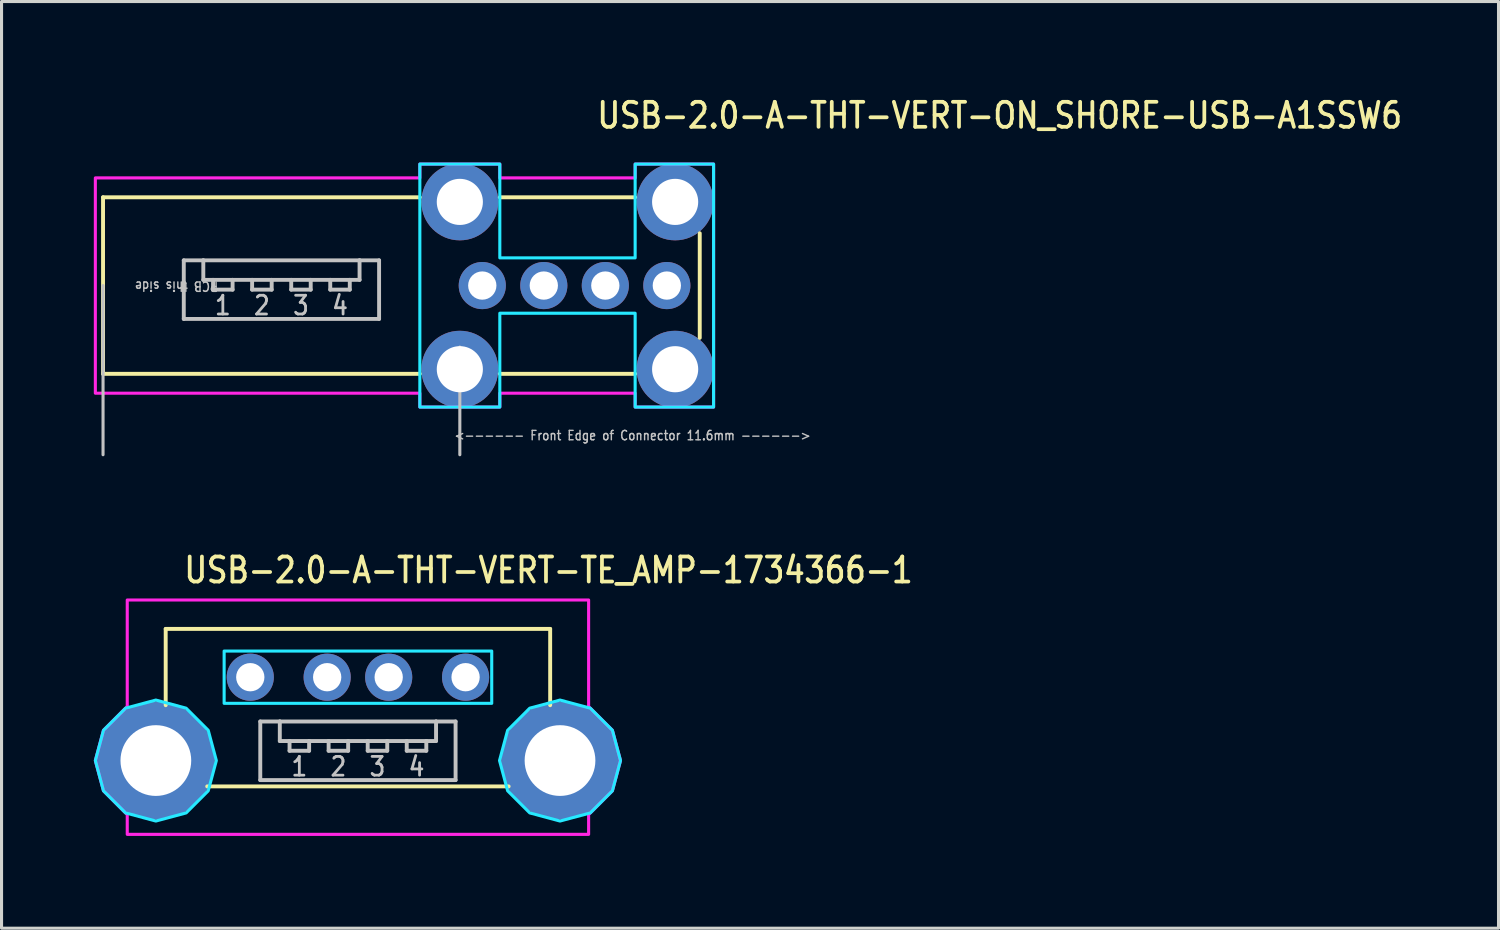
<source format=kicad_pcb>
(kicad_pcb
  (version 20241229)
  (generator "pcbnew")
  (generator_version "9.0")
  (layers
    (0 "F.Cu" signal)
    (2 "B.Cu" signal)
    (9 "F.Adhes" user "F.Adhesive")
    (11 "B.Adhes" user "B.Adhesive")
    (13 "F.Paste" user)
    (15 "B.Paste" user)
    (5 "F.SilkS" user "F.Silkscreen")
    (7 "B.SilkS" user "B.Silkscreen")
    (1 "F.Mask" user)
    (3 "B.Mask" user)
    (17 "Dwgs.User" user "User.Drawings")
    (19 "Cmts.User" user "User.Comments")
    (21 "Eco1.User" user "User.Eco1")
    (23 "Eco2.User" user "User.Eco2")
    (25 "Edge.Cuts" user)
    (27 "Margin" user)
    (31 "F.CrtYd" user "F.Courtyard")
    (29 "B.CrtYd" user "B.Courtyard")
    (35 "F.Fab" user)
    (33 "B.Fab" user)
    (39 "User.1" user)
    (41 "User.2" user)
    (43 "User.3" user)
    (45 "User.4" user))
  (footprint "USB-2.0-A-THT-VERT-ON_SHORE-USB-A1SSW6"
    (layer "F.Cu")
    (at 11.9 6.234)
    (property "Reference" "USB-2.0-A-THT-VERT-ON_SHORE-USB-A1SSW6" (at 4.4 -5.055 0) (unlocked yes) (layer "F.SilkS") (effects (font (size 0.813 0.695) (thickness 0.122)) (justify left bottom)))
    (fp_line (start -11.6 2.87) (end -11.6 -2.87) (stroke (width 0.127) (type solid)) (layer "F.SilkS"))
    (fp_line (start -1.3 -2.87) (end -11.6 -2.87) (stroke (width 0.127) (type solid)) (layer "F.SilkS"))
    (fp_line (start -1.3 2.87) (end -11.6 2.87) (stroke (width 0.127) (type solid)) (layer "F.SilkS"))
    (fp_line (start 5.7 -2.87) (end 1.3 -2.87) (stroke (width 0.127) (type solid)) (layer "F.SilkS"))
    (fp_line (start 5.7 2.87) (end 1.3 2.87) (stroke (width 0.127) (type solid)) (layer "F.SilkS"))
    (fp_line (start 7.8 -1.7) (end 7.8 1.7) (stroke (width 0.127) (type solid)) (layer "F.SilkS"))
    (fp_line (start -11.6 5.5) (end -11.6 0) (stroke (width 0.1) (type solid)) (layer "Dwgs.User"))
    (fp_line (start -8.975 -0.82) (end -8.34 -0.82) (stroke (width 0.127) (type solid)) (layer "Dwgs.User"))
    (fp_line (start -8.975 1.085) (end -8.975 -0.82) (stroke (width 0.127) (type solid)) (layer "Dwgs.User"))
    (fp_line (start -8.34 -0.82) (end -8.34 -0.185) (stroke (width 0.127) (type solid)) (layer "Dwgs.User"))
    (fp_line (start -8.34 -0.82) (end -3.26 -0.82) (stroke (width 0.127) (type solid)) (layer "Dwgs.User"))
    (fp_line (start -8.34 -0.185) (end -8.023 -0.185) (stroke (width 0.127) (type solid)) (layer "Dwgs.User"))
    (fp_line (start -8.023 -0.185) (end -8.023 0.133) (stroke (width 0.127) (type solid)) (layer "Dwgs.User"))
    (fp_line (start -8.023 -0.185) (end -7.388 -0.185) (stroke (width 0.127) (type solid)) (layer "Dwgs.User"))
    (fp_line (start -8.023 0.133) (end -7.388 0.133) (stroke (width 0.127) (type solid)) (layer "Dwgs.User"))
    (fp_line (start -7.388 -0.185) (end -6.753 -0.185) (stroke (width 0.127) (type solid)) (layer "Dwgs.User"))
    (fp_line (start -7.388 0.133) (end -7.388 -0.185) (stroke (width 0.127) (type solid)) (layer "Dwgs.User"))
    (fp_line (start -6.753 -0.185) (end -6.753 0.133) (stroke (width 0.127) (type solid)) (layer "Dwgs.User"))
    (fp_line (start -6.753 -0.185) (end -6.117 -0.185) (stroke (width 0.127) (type solid)) (layer "Dwgs.User"))
    (fp_line (start -6.753 0.133) (end -6.117 0.133) (stroke (width 0.127) (type solid)) (layer "Dwgs.User"))
    (fp_line (start -6.117 -0.185) (end -5.482 -0.185) (stroke (width 0.127) (type solid)) (layer "Dwgs.User"))
    (fp_line (start -6.117 0.133) (end -6.117 -0.185) (stroke (width 0.127) (type solid)) (layer "Dwgs.User"))
    (fp_line (start -5.482 -0.185) (end -5.482 0.133) (stroke (width 0.127) (type solid)) (layer "Dwgs.User"))
    (fp_line (start -5.482 -0.185) (end -4.848 -0.185) (stroke (width 0.127) (type solid)) (layer "Dwgs.User"))
    (fp_line (start -5.482 0.133) (end -4.848 0.133) (stroke (width 0.127) (type solid)) (layer "Dwgs.User"))
    (fp_line (start -4.848 -0.185) (end -4.213 -0.185) (stroke (width 0.127) (type solid)) (layer "Dwgs.User"))
    (fp_line (start -4.848 0.133) (end -4.848 -0.185) (stroke (width 0.127) (type solid)) (layer "Dwgs.User"))
    (fp_line (start -4.213 -0.185) (end -4.213 0.133) (stroke (width 0.127) (type solid)) (layer "Dwgs.User"))
    (fp_line (start -4.213 -0.185) (end -3.578 -0.185) (stroke (width 0.127) (type solid)) (layer "Dwgs.User"))
    (fp_line (start -4.213 0.133) (end -3.578 0.133) (stroke (width 0.127) (type solid)) (layer "Dwgs.User"))
    (fp_line (start -3.578 -0.185) (end -3.26 -0.185) (stroke (width 0.127) (type solid)) (layer "Dwgs.User"))
    (fp_line (start -3.578 0.133) (end -3.578 -0.185) (stroke (width 0.127) (type solid)) (layer "Dwgs.User"))
    (fp_line (start -3.26 -0.82) (end -2.625 -0.82) (stroke (width 0.127) (type solid)) (layer "Dwgs.User"))
    (fp_line (start -3.26 -0.185) (end -3.26 -0.82) (stroke (width 0.127) (type solid)) (layer "Dwgs.User"))
    (fp_line (start -2.625 -0.82) (end -2.625 1.085) (stroke (width 0.127) (type solid)) (layer "Dwgs.User"))
    (fp_line (start -2.625 1.085) (end -8.975 1.085) (stroke (width 0.127) (type solid)) (layer "Dwgs.User"))
    (fp_line (start 0 5.5) (end 0 2) (stroke (width 0.1) (type solid)) (layer "Dwgs.User"))
    (fp_poly (pts (xy -1.3 -3.95) (xy 1.3 -3.95) (xy 1.3 -0.9) (xy 5.7 -0.9) (xy 5.7 -3.95) (xy 8.25 -3.95) (xy 8.25 3.95) (xy 5.7 3.95) (xy 5.7 0.9) (xy 1.3 0.9) (xy 1.3 3.95) (xy -1.3 3.95)) (stroke (width 0.1) (type solid)) (fill no) (layer "B.CrtYd"))
    (fp_poly (pts (xy -11.85 3.5) (xy -11.85 -3.5) (xy -1.3 -3.5) (xy -1.3 -3.95) (xy 1.3 -3.95) (xy 1.3 -3.5) (xy 5.7 -3.5) (xy 5.7 -3.95) (xy 8.25 -3.95) (xy 8.25 3.95) (xy 5.7 3.95) (xy 5.7 3.5) (xy 1.3 3.5) (xy 1.3 3.95) (xy -1.3 3.95) (xy -1.3 3.5)) (stroke (width 0.1) (type solid)) (fill no) (layer "F.CrtYd"))
    (fp_text user "PCB this side" (at -9.212 0.2 180) (unlocked yes) (layer "Dwgs.User") (effects (font (size 0.305 0.261) (thickness 0.046)) (justify top)))
    (fp_text user "<------ Front Edge of Connector 11.6mm ------>" (at -0.2 4.875 0) (unlocked yes) (layer "Dwgs.User") (effects (font (size 0.305 0.261) (thickness 0.046)) (justify left)))
    (fp_text user "2" (at -6.435 0.291 0) (unlocked yes) (layer "Dwgs.User") (effects (font (size 0.61 0.521) (thickness 0.091)) (justify top)))
    (fp_text user "1" (at -7.705 0.291 0) (unlocked yes) (layer "Dwgs.User") (effects (font (size 0.61 0.521) (thickness 0.091)) (justify top)))
    (fp_text user "3" (at -5.165 0.291 0) (unlocked yes) (layer "Dwgs.User") (effects (font (size 0.61 0.521) (thickness 0.091)) (justify top)))
    (fp_text user "4" (at -3.895 0.291 0) (unlocked yes) (layer "Dwgs.User") (effects (font (size 0.61 0.521) (thickness 0.091)) (justify top)))
    (pad "1" thru_hole oval (at 0.73 0 90) (size 1.533 1.533) (drill 0.92) (layers "*.Cu" "*.Mask"))
    (pad "2" thru_hole oval (at 2.73 0 90) (size 1.533 1.533) (drill 0.92) (layers "*.Cu" "*.Mask"))
    (pad "3" thru_hole oval (at 4.73 0 90) (size 1.533 1.533) (drill 0.92) (layers "*.Cu" "*.Mask"))
    (pad "4" thru_hole oval (at 6.73 0 90) (size 1.533 1.533) (drill 0.92) (layers "*.Cu" "*.Mask"))
    (pad "S_1" thru_hole oval (at 0 -2.72 90) (size 2.5 2.5) (drill 1.5) (layers "*.Cu" "*.Mask"))
    (pad "S_2" thru_hole oval (at 0 2.72 90) (size 2.5 2.5) (drill 1.5) (layers "*.Cu" "*.Mask"))
    (pad "S_3" thru_hole oval (at 7 2.72 90) (size 2.5 2.5) (drill 1.5) (layers "*.Cu" "*.Mask"))
    (pad "S_4" thru_hole oval (at 7 -2.72 90) (size 2.5 2.5) (drill 1.5) (layers "*.Cu" "*.Mask")))
  (footprint "USB-2.0-A-THT-VERT-TE_AMP-1734366-1"
    (layer "F.Cu")
    (at 8.587 21.677)
    (property "Reference" "USB-2.0-A-THT-VERT-TE_AMP-1734366-1" (at -5.715 -5.715 0) (unlocked yes) (layer "F.SilkS") (effects (font (size 0.813 0.695) (thickness 0.122)) (justify left bottom)))
    (fp_line (start -6.25 -4.28) (end 6.25 -4.28) (stroke (width 0.127) (type solid)) (layer "F.SilkS"))
    (fp_line (start -6.25 -1.8) (end -6.25 -4.28) (stroke (width 0.127) (type solid)) (layer "F.SilkS"))
    (fp_line (start -4.9 0.84) (end 4.9 0.84) (stroke (width 0.127) (type solid)) (layer "F.SilkS"))
    (fp_line (start 6.25 -4.28) (end 6.25 -1.8) (stroke (width 0.127) (type solid)) (layer "F.SilkS"))
    (fp_line (start -3.175 -1.27) (end -2.54 -1.27) (stroke (width 0.127) (type solid)) (layer "Dwgs.User"))
    (fp_line (start -3.175 0.635) (end -3.175 -1.27) (stroke (width 0.127) (type solid)) (layer "Dwgs.User"))
    (fp_line (start -2.54 -1.27) (end -2.54 -0.635) (stroke (width 0.127) (type solid)) (layer "Dwgs.User"))
    (fp_line (start -2.54 -1.27) (end 2.54 -1.27) (stroke (width 0.127) (type solid)) (layer "Dwgs.User"))
    (fp_line (start -2.54 -0.635) (end -2.223 -0.635) (stroke (width 0.127) (type solid)) (layer "Dwgs.User"))
    (fp_line (start -2.223 -0.635) (end -2.223 -0.318) (stroke (width 0.127) (type solid)) (layer "Dwgs.User"))
    (fp_line (start -2.223 -0.635) (end -1.587 -0.635) (stroke (width 0.127) (type solid)) (layer "Dwgs.User"))
    (fp_line (start -2.223 -0.318) (end -1.587 -0.318) (stroke (width 0.127) (type solid)) (layer "Dwgs.User"))
    (fp_line (start -1.587 -0.635) (end -0.953 -0.635) (stroke (width 0.127) (type solid)) (layer "Dwgs.User"))
    (fp_line (start -1.587 -0.318) (end -1.587 -0.635) (stroke (width 0.127) (type solid)) (layer "Dwgs.User"))
    (fp_line (start -0.953 -0.635) (end -0.953 -0.318) (stroke (width 0.127) (type solid)) (layer "Dwgs.User"))
    (fp_line (start -0.953 -0.635) (end -0.318 -0.635) (stroke (width 0.127) (type solid)) (layer "Dwgs.User"))
    (fp_line (start -0.953 -0.318) (end -0.318 -0.318) (stroke (width 0.127) (type solid)) (layer "Dwgs.User"))
    (fp_line (start -0.318 -0.635) (end 0.318 -0.635) (stroke (width 0.127) (type solid)) (layer "Dwgs.User"))
    (fp_line (start -0.318 -0.318) (end -0.318 -0.635) (stroke (width 0.127) (type solid)) (layer "Dwgs.User"))
    (fp_line (start 0.318 -0.635) (end 0.318 -0.318) (stroke (width 0.127) (type solid)) (layer "Dwgs.User"))
    (fp_line (start 0.318 -0.635) (end 0.953 -0.635) (stroke (width 0.127) (type solid)) (layer "Dwgs.User"))
    (fp_line (start 0.318 -0.318) (end 0.953 -0.318) (stroke (width 0.127) (type solid)) (layer "Dwgs.User"))
    (fp_line (start 0.953 -0.635) (end 1.587 -0.635) (stroke (width 0.127) (type solid)) (layer "Dwgs.User"))
    (fp_line (start 0.953 -0.318) (end 0.953 -0.635) (stroke (width 0.127) (type solid)) (layer "Dwgs.User"))
    (fp_line (start 1.587 -0.635) (end 1.587 -0.318) (stroke (width 0.127) (type solid)) (layer "Dwgs.User"))
    (fp_line (start 1.587 -0.635) (end 2.223 -0.635) (stroke (width 0.127) (type solid)) (layer "Dwgs.User"))
    (fp_line (start 1.587 -0.318) (end 2.223 -0.318) (stroke (width 0.127) (type solid)) (layer "Dwgs.User"))
    (fp_line (start 2.223 -0.635) (end 2.54 -0.635) (stroke (width 0.127) (type solid)) (layer "Dwgs.User"))
    (fp_line (start 2.223 -0.318) (end 2.223 -0.635) (stroke (width 0.127) (type solid)) (layer "Dwgs.User"))
    (fp_line (start 2.54 -1.27) (end 3.175 -1.27) (stroke (width 0.127) (type solid)) (layer "Dwgs.User"))
    (fp_line (start 2.54 -0.635) (end 2.54 -1.27) (stroke (width 0.127) (type solid)) (layer "Dwgs.User"))
    (fp_line (start 3.175 -1.27) (end 3.175 0.635) (stroke (width 0.127) (type solid)) (layer "Dwgs.User"))
    (fp_line (start 3.175 0.635) (end -3.175 0.635) (stroke (width 0.127) (type solid)) (layer "Dwgs.User"))
    (fp_poly (pts (xy -4.35 -1.86) (xy -4.35 -3.56) (xy 4.35 -3.56) (xy 4.35 -1.86)) (stroke (width 0.1) (type solid)) (fill no) (layer "B.CrtYd"))
    (fp_poly (pts (xy -4.603 0) (xy -4.867 -0.984) (xy -5.586 -1.703) (xy -6.57 -1.967) (xy -7.554 -1.703) (xy -8.273 -0.984) (xy -8.537 0) (xy -8.273 0.984) (xy -7.554 1.703) (xy -6.57 1.967) (xy -5.586 1.703) (xy -4.867 0.984)) (stroke (width 0.1) (type solid)) (fill no) (layer "B.CrtYd"))
    (fp_poly (pts (xy 8.537 0) (xy 8.273 -0.984) (xy 7.554 -1.703) (xy 6.57 -1.967) (xy 5.586 -1.703) (xy 4.867 -0.984) (xy 4.603 0) (xy 4.867 0.984) (xy 5.586 1.703) (xy 6.57 1.967) (xy 7.554 1.703) (xy 8.273 0.984)) (stroke (width 0.1) (type solid)) (fill no) (layer "B.CrtYd"))
    (fp_poly (pts (xy -7.5 -1.758) (xy -7.5 -5.22) (xy 7.5 -5.22) (xy 7.5 -1.758) (xy 8.273 -0.984) (xy 8.537 0) (xy 8.273 0.984) (xy 7.5 1.758) (xy 7.5 2.4) (xy -7.5 2.4) (xy -7.5 1.758) (xy -8.273 0.984) (xy -8.537 0) (xy -8.273 -0.984)) (stroke (width 0.1) (type solid)) (fill no) (layer "F.CrtYd"))
    (fp_text user "2" (at -0.635 -0.159 0) (unlocked yes) (layer "Dwgs.User") (effects (font (size 0.61 0.521) (thickness 0.091)) (justify top)))
    (fp_text user "3" (at 0.635 -0.159 0) (unlocked yes) (layer "Dwgs.User") (effects (font (size 0.61 0.521) (thickness 0.091)) (justify top)))
    (fp_text user "1" (at -1.905 -0.159 0) (unlocked yes) (layer "Dwgs.User") (effects (font (size 0.61 0.521) (thickness 0.091)) (justify top)))
    (fp_text user "4" (at 1.905 -0.159 0) (unlocked yes) (layer "Dwgs.User") (effects (font (size 0.61 0.521) (thickness 0.091)) (justify top)))
    (pad "1" thru_hole oval (at -3.5 -2.71) (size 1.533 1.533) (drill 0.92) (layers "*.Cu" "*.Mask"))
    (pad "2" thru_hole oval (at -1 -2.71) (size 1.533 1.533) (drill 0.92) (layers "*.Cu" "*.Mask"))
    (pad "3" thru_hole oval (at 1 -2.71) (size 1.533 1.533) (drill 0.92) (layers "*.Cu" "*.Mask"))
    (pad "4" thru_hole oval (at 3.5 -2.71) (size 1.533 1.533) (drill 0.92) (layers "*.Cu" "*.Mask"))
    (pad "S_1" thru_hole oval (at -6.57 0) (size 3.833 3.833) (drill 2.3) (layers "*.Cu" "*.Mask"))
    (pad "S_2" thru_hole oval (at 6.57 0) (size 3.833 3.833) (drill 2.3) (layers "*.Cu" "*.Mask")))
  (gr_rect
    (start -3 -3)
    (end 45.67 27.127)
    (stroke (width 0.1) (type default))
    (fill no)
    (layer "Edge.Cuts")))
</source>
